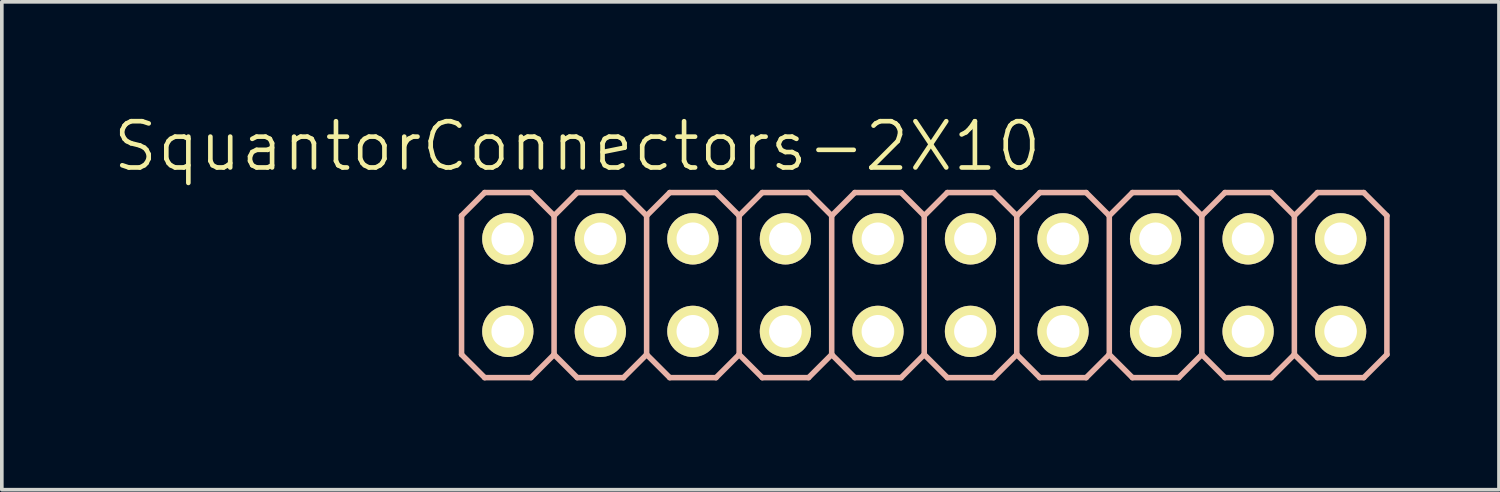
<source format=kicad_pcb>
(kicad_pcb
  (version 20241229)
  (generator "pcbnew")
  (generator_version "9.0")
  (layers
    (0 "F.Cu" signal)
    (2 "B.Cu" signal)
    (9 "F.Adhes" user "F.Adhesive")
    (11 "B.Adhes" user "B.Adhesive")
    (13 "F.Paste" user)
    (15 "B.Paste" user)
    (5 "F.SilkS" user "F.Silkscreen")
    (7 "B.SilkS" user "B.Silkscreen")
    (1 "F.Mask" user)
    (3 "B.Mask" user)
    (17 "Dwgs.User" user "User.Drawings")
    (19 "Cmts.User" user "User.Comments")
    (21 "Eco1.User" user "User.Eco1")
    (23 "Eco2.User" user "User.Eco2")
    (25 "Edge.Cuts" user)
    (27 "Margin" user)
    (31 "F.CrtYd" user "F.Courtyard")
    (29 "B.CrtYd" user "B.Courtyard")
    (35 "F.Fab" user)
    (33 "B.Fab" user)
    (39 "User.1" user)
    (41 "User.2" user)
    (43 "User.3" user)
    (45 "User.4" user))
  (footprint "SquantorConnectors-2X10"
    (layer "F.Cu")
    (at 22.319 4.776)
    (property "Reference" "SquantorConnectors-2X10" (at -9.525 -3.81 0) (layer "F.SilkS") (effects (font (size 1.27 1.27) (thickness 0.127))))
    (attr exclude_from_pos_files exclude_from_bom)
    (fp_line (start -11.684 -1.524) (end -11.176 -1.524) (stroke (width 0.066) (type solid)) (layer "F.SilkS"))
    (fp_line (start -11.684 -1.016) (end -11.684 -1.524) (stroke (width 0.066) (type solid)) (layer "F.SilkS"))
    (fp_line (start -11.684 -1.016) (end -11.176 -1.016) (stroke (width 0.066) (type solid)) (layer "F.SilkS"))
    (fp_line (start -11.684 1.016) (end -11.176 1.016) (stroke (width 0.066) (type solid)) (layer "F.SilkS"))
    (fp_line (start -11.684 1.524) (end -11.684 1.016) (stroke (width 0.066) (type solid)) (layer "F.SilkS"))
    (fp_line (start -11.684 1.524) (end -11.176 1.524) (stroke (width 0.066) (type solid)) (layer "F.SilkS"))
    (fp_line (start -11.176 -1.016) (end -11.176 -1.524) (stroke (width 0.066) (type solid)) (layer "F.SilkS"))
    (fp_line (start -11.176 1.524) (end -11.176 1.016) (stroke (width 0.066) (type solid)) (layer "F.SilkS"))
    (fp_line (start -9.144 -1.524) (end -8.636 -1.524) (stroke (width 0.066) (type solid)) (layer "F.SilkS"))
    (fp_line (start -9.144 -1.016) (end -9.144 -1.524) (stroke (width 0.066) (type solid)) (layer "F.SilkS"))
    (fp_line (start -9.144 -1.016) (end -8.636 -1.016) (stroke (width 0.066) (type solid)) (layer "F.SilkS"))
    (fp_line (start -9.144 1.016) (end -8.636 1.016) (stroke (width 0.066) (type solid)) (layer "F.SilkS"))
    (fp_line (start -9.144 1.524) (end -9.144 1.016) (stroke (width 0.066) (type solid)) (layer "F.SilkS"))
    (fp_line (start -9.144 1.524) (end -8.636 1.524) (stroke (width 0.066) (type solid)) (layer "F.SilkS"))
    (fp_line (start -8.636 -1.016) (end -8.636 -1.524) (stroke (width 0.066) (type solid)) (layer "F.SilkS"))
    (fp_line (start -8.636 1.524) (end -8.636 1.016) (stroke (width 0.066) (type solid)) (layer "F.SilkS"))
    (fp_line (start -6.604 -1.524) (end -6.096 -1.524) (stroke (width 0.066) (type solid)) (layer "F.SilkS"))
    (fp_line (start -6.604 -1.016) (end -6.604 -1.524) (stroke (width 0.066) (type solid)) (layer "F.SilkS"))
    (fp_line (start -6.604 -1.016) (end -6.096 -1.016) (stroke (width 0.066) (type solid)) (layer "F.SilkS"))
    (fp_line (start -6.604 1.016) (end -6.096 1.016) (stroke (width 0.066) (type solid)) (layer "F.SilkS"))
    (fp_line (start -6.604 1.524) (end -6.604 1.016) (stroke (width 0.066) (type solid)) (layer "F.SilkS"))
    (fp_line (start -6.604 1.524) (end -6.096 1.524) (stroke (width 0.066) (type solid)) (layer "F.SilkS"))
    (fp_line (start -6.096 -1.016) (end -6.096 -1.524) (stroke (width 0.066) (type solid)) (layer "F.SilkS"))
    (fp_line (start -6.096 1.524) (end -6.096 1.016) (stroke (width 0.066) (type solid)) (layer "F.SilkS"))
    (fp_line (start -4.064 -1.524) (end -3.556 -1.524) (stroke (width 0.066) (type solid)) (layer "F.SilkS"))
    (fp_line (start -4.064 -1.016) (end -4.064 -1.524) (stroke (width 0.066) (type solid)) (layer "F.SilkS"))
    (fp_line (start -4.064 -1.016) (end -3.556 -1.016) (stroke (width 0.066) (type solid)) (layer "F.SilkS"))
    (fp_line (start -4.064 1.016) (end -3.556 1.016) (stroke (width 0.066) (type solid)) (layer "F.SilkS"))
    (fp_line (start -4.064 1.524) (end -4.064 1.016) (stroke (width 0.066) (type solid)) (layer "F.SilkS"))
    (fp_line (start -4.064 1.524) (end -3.556 1.524) (stroke (width 0.066) (type solid)) (layer "F.SilkS"))
    (fp_line (start -3.556 -1.016) (end -3.556 -1.524) (stroke (width 0.066) (type solid)) (layer "F.SilkS"))
    (fp_line (start -3.556 1.524) (end -3.556 1.016) (stroke (width 0.066) (type solid)) (layer "F.SilkS"))
    (fp_line (start -1.524 -1.524) (end -1.016 -1.524) (stroke (width 0.066) (type solid)) (layer "F.SilkS"))
    (fp_line (start -1.524 -1.016) (end -1.524 -1.524) (stroke (width 0.066) (type solid)) (layer "F.SilkS"))
    (fp_line (start -1.524 -1.016) (end -1.016 -1.016) (stroke (width 0.066) (type solid)) (layer "F.SilkS"))
    (fp_line (start -1.524 1.016) (end -1.016 1.016) (stroke (width 0.066) (type solid)) (layer "F.SilkS"))
    (fp_line (start -1.524 1.524) (end -1.524 1.016) (stroke (width 0.066) (type solid)) (layer "F.SilkS"))
    (fp_line (start -1.524 1.524) (end -1.016 1.524) (stroke (width 0.066) (type solid)) (layer "F.SilkS"))
    (fp_line (start -1.016 -1.016) (end -1.016 -1.524) (stroke (width 0.066) (type solid)) (layer "F.SilkS"))
    (fp_line (start -1.016 1.524) (end -1.016 1.016) (stroke (width 0.066) (type solid)) (layer "F.SilkS"))
    (fp_line (start 1.016 -1.524) (end 1.524 -1.524) (stroke (width 0.066) (type solid)) (layer "F.SilkS"))
    (fp_line (start 1.016 -1.016) (end 1.016 -1.524) (stroke (width 0.066) (type solid)) (layer "F.SilkS"))
    (fp_line (start 1.016 -1.016) (end 1.524 -1.016) (stroke (width 0.066) (type solid)) (layer "F.SilkS"))
    (fp_line (start 1.016 1.016) (end 1.524 1.016) (stroke (width 0.066) (type solid)) (layer "F.SilkS"))
    (fp_line (start 1.016 1.524) (end 1.016 1.016) (stroke (width 0.066) (type solid)) (layer "F.SilkS"))
    (fp_line (start 1.016 1.524) (end 1.524 1.524) (stroke (width 0.066) (type solid)) (layer "F.SilkS"))
    (fp_line (start 1.524 -1.016) (end 1.524 -1.524) (stroke (width 0.066) (type solid)) (layer "F.SilkS"))
    (fp_line (start 1.524 1.524) (end 1.524 1.016) (stroke (width 0.066) (type solid)) (layer "F.SilkS"))
    (fp_line (start 3.556 -1.524) (end 4.064 -1.524) (stroke (width 0.066) (type solid)) (layer "F.SilkS"))
    (fp_line (start 3.556 -1.016) (end 3.556 -1.524) (stroke (width 0.066) (type solid)) (layer "F.SilkS"))
    (fp_line (start 3.556 -1.016) (end 4.064 -1.016) (stroke (width 0.066) (type solid)) (layer "F.SilkS"))
    (fp_line (start 3.556 1.016) (end 4.064 1.016) (stroke (width 0.066) (type solid)) (layer "F.SilkS"))
    (fp_line (start 3.556 1.524) (end 3.556 1.016) (stroke (width 0.066) (type solid)) (layer "F.SilkS"))
    (fp_line (start 3.556 1.524) (end 4.064 1.524) (stroke (width 0.066) (type solid)) (layer "F.SilkS"))
    (fp_line (start 4.064 -1.016) (end 4.064 -1.524) (stroke (width 0.066) (type solid)) (layer "F.SilkS"))
    (fp_line (start 4.064 1.524) (end 4.064 1.016) (stroke (width 0.066) (type solid)) (layer "F.SilkS"))
    (fp_line (start 6.096 -1.524) (end 6.604 -1.524) (stroke (width 0.066) (type solid)) (layer "F.SilkS"))
    (fp_line (start 6.096 -1.016) (end 6.096 -1.524) (stroke (width 0.066) (type solid)) (layer "F.SilkS"))
    (fp_line (start 6.096 -1.016) (end 6.604 -1.016) (stroke (width 0.066) (type solid)) (layer "F.SilkS"))
    (fp_line (start 6.096 1.016) (end 6.604 1.016) (stroke (width 0.066) (type solid)) (layer "F.SilkS"))
    (fp_line (start 6.096 1.524) (end 6.096 1.016) (stroke (width 0.066) (type solid)) (layer "F.SilkS"))
    (fp_line (start 6.096 1.524) (end 6.604 1.524) (stroke (width 0.066) (type solid)) (layer "F.SilkS"))
    (fp_line (start 6.604 -1.016) (end 6.604 -1.524) (stroke (width 0.066) (type solid)) (layer "F.SilkS"))
    (fp_line (start 6.604 1.524) (end 6.604 1.016) (stroke (width 0.066) (type solid)) (layer "F.SilkS"))
    (fp_line (start 8.636 -1.524) (end 9.144 -1.524) (stroke (width 0.066) (type solid)) (layer "F.SilkS"))
    (fp_line (start 8.636 -1.016) (end 8.636 -1.524) (stroke (width 0.066) (type solid)) (layer "F.SilkS"))
    (fp_line (start 8.636 -1.016) (end 9.144 -1.016) (stroke (width 0.066) (type solid)) (layer "F.SilkS"))
    (fp_line (start 8.636 1.016) (end 9.144 1.016) (stroke (width 0.066) (type solid)) (layer "F.SilkS"))
    (fp_line (start 8.636 1.524) (end 8.636 1.016) (stroke (width 0.066) (type solid)) (layer "F.SilkS"))
    (fp_line (start 8.636 1.524) (end 9.144 1.524) (stroke (width 0.066) (type solid)) (layer "F.SilkS"))
    (fp_line (start 9.144 -1.016) (end 9.144 -1.524) (stroke (width 0.066) (type solid)) (layer "F.SilkS"))
    (fp_line (start 9.144 1.524) (end 9.144 1.016) (stroke (width 0.066) (type solid)) (layer "F.SilkS"))
    (fp_line (start 11.176 -1.524) (end 11.684 -1.524) (stroke (width 0.066) (type solid)) (layer "F.SilkS"))
    (fp_line (start 11.176 -1.016) (end 11.176 -1.524) (stroke (width 0.066) (type solid)) (layer "F.SilkS"))
    (fp_line (start 11.176 -1.016) (end 11.684 -1.016) (stroke (width 0.066) (type solid)) (layer "F.SilkS"))
    (fp_line (start 11.176 1.016) (end 11.684 1.016) (stroke (width 0.066) (type solid)) (layer "F.SilkS"))
    (fp_line (start 11.176 1.524) (end 11.176 1.016) (stroke (width 0.066) (type solid)) (layer "F.SilkS"))
    (fp_line (start 11.176 1.524) (end 11.684 1.524) (stroke (width 0.066) (type solid)) (layer "F.SilkS"))
    (fp_line (start 11.684 -1.016) (end 11.684 -1.524) (stroke (width 0.066) (type solid)) (layer "F.SilkS"))
    (fp_line (start 11.684 1.524) (end 11.684 1.016) (stroke (width 0.066) (type solid)) (layer "F.SilkS"))
    (fp_line (start -12.7 -1.905) (end -12.065 -2.54) (stroke (width 0.152) (type solid)) (layer "B.SilkS"))
    (fp_line (start -12.7 1.905) (end -12.7 -1.905) (stroke (width 0.152) (type solid)) (layer "B.SilkS"))
    (fp_line (start -12.7 1.905) (end -12.065 2.54) (stroke (width 0.152) (type solid)) (layer "B.SilkS"))
    (fp_line (start -12.065 -2.54) (end -10.795 -2.54) (stroke (width 0.152) (type solid)) (layer "B.SilkS"))
    (fp_line (start -12.065 2.54) (end -10.795 2.54) (stroke (width 0.152) (type solid)) (layer "B.SilkS"))
    (fp_line (start -10.795 -2.54) (end -10.16 -1.905) (stroke (width 0.152) (type solid)) (layer "B.SilkS"))
    (fp_line (start -10.795 2.54) (end -10.16 1.905) (stroke (width 0.152) (type solid)) (layer "B.SilkS"))
    (fp_line (start -10.16 -1.905) (end -10.16 1.905) (stroke (width 0.152) (type solid)) (layer "B.SilkS"))
    (fp_line (start -10.16 -1.905) (end -9.525 -2.54) (stroke (width 0.152) (type solid)) (layer "B.SilkS"))
    (fp_line (start -10.16 1.905) (end -9.525 2.54) (stroke (width 0.152) (type solid)) (layer "B.SilkS"))
    (fp_line (start -9.525 -2.54) (end -8.255 -2.54) (stroke (width 0.152) (type solid)) (layer "B.SilkS"))
    (fp_line (start -9.525 2.54) (end -8.255 2.54) (stroke (width 0.152) (type solid)) (layer "B.SilkS"))
    (fp_line (start -8.255 -2.54) (end -7.62 -1.905) (stroke (width 0.152) (type solid)) (layer "B.SilkS"))
    (fp_line (start -8.255 2.54) (end -7.62 1.905) (stroke (width 0.152) (type solid)) (layer "B.SilkS"))
    (fp_line (start -7.62 -1.905) (end -7.62 1.905) (stroke (width 0.152) (type solid)) (layer "B.SilkS"))
    (fp_line (start -7.62 -1.905) (end -6.985 -2.54) (stroke (width 0.152) (type solid)) (layer "B.SilkS"))
    (fp_line (start -7.62 1.905) (end -6.985 2.54) (stroke (width 0.152) (type solid)) (layer "B.SilkS"))
    (fp_line (start -6.985 -2.54) (end -5.715 -2.54) (stroke (width 0.152) (type solid)) (layer "B.SilkS"))
    (fp_line (start -6.985 2.54) (end -5.715 2.54) (stroke (width 0.152) (type solid)) (layer "B.SilkS"))
    (fp_line (start -5.715 -2.54) (end -5.08 -1.905) (stroke (width 0.152) (type solid)) (layer "B.SilkS"))
    (fp_line (start -5.715 2.54) (end -5.08 1.905) (stroke (width 0.152) (type solid)) (layer "B.SilkS"))
    (fp_line (start -5.08 -1.905) (end -5.08 1.905) (stroke (width 0.152) (type solid)) (layer "B.SilkS"))
    (fp_line (start -5.08 -1.905) (end -4.445 -2.54) (stroke (width 0.152) (type solid)) (layer "B.SilkS"))
    (fp_line (start -5.08 1.905) (end -4.445 2.54) (stroke (width 0.152) (type solid)) (layer "B.SilkS"))
    (fp_line (start -4.445 -2.54) (end -3.175 -2.54) (stroke (width 0.152) (type solid)) (layer "B.SilkS"))
    (fp_line (start -4.445 2.54) (end -3.175 2.54) (stroke (width 0.152) (type solid)) (layer "B.SilkS"))
    (fp_line (start -3.175 -2.54) (end -2.54 -1.905) (stroke (width 0.152) (type solid)) (layer "B.SilkS"))
    (fp_line (start -3.175 2.54) (end -2.54 1.905) (stroke (width 0.152) (type solid)) (layer "B.SilkS"))
    (fp_line (start -2.54 -1.905) (end -2.54 1.905) (stroke (width 0.152) (type solid)) (layer "B.SilkS"))
    (fp_line (start -2.54 -1.905) (end -1.905 -2.54) (stroke (width 0.152) (type solid)) (layer "B.SilkS"))
    (fp_line (start -2.54 1.905) (end -1.905 2.54) (stroke (width 0.152) (type solid)) (layer "B.SilkS"))
    (fp_line (start -1.905 -2.54) (end -0.635 -2.54) (stroke (width 0.152) (type solid)) (layer "B.SilkS"))
    (fp_line (start -1.905 2.54) (end -0.635 2.54) (stroke (width 0.152) (type solid)) (layer "B.SilkS"))
    (fp_line (start -0.635 -2.54) (end 0 -1.905) (stroke (width 0.152) (type solid)) (layer "B.SilkS"))
    (fp_line (start -0.635 2.54) (end 0 1.905) (stroke (width 0.152) (type solid)) (layer "B.SilkS"))
    (fp_line (start 0 -1.905) (end 0 1.905) (stroke (width 0.152) (type solid)) (layer "B.SilkS"))
    (fp_line (start 0 -1.905) (end 0.635 -2.54) (stroke (width 0.152) (type solid)) (layer "B.SilkS"))
    (fp_line (start 0 1.905) (end 0.635 2.54) (stroke (width 0.152) (type solid)) (layer "B.SilkS"))
    (fp_line (start 0.635 -2.54) (end 1.905 -2.54) (stroke (width 0.152) (type solid)) (layer "B.SilkS"))
    (fp_line (start 0.635 2.54) (end 1.905 2.54) (stroke (width 0.152) (type solid)) (layer "B.SilkS"))
    (fp_line (start 1.905 -2.54) (end 2.54 -1.905) (stroke (width 0.152) (type solid)) (layer "B.SilkS"))
    (fp_line (start 1.905 2.54) (end 2.54 1.905) (stroke (width 0.152) (type solid)) (layer "B.SilkS"))
    (fp_line (start 2.54 -1.905) (end 2.54 1.905) (stroke (width 0.152) (type solid)) (layer "B.SilkS"))
    (fp_line (start 2.54 -1.905) (end 3.175 -2.54) (stroke (width 0.152) (type solid)) (layer "B.SilkS"))
    (fp_line (start 2.54 1.905) (end 3.175 2.54) (stroke (width 0.152) (type solid)) (layer "B.SilkS"))
    (fp_line (start 3.175 -2.54) (end 4.445 -2.54) (stroke (width 0.152) (type solid)) (layer "B.SilkS"))
    (fp_line (start 3.175 2.54) (end 4.445 2.54) (stroke (width 0.152) (type solid)) (layer "B.SilkS"))
    (fp_line (start 4.445 -2.54) (end 5.08 -1.905) (stroke (width 0.152) (type solid)) (layer "B.SilkS"))
    (fp_line (start 5.08 -1.905) (end 5.08 1.905) (stroke (width 0.152) (type solid)) (layer "B.SilkS"))
    (fp_line (start 5.08 -1.905) (end 5.715 -2.54) (stroke (width 0.152) (type solid)) (layer "B.SilkS"))
    (fp_line (start 5.08 1.905) (end 4.445 2.54) (stroke (width 0.152) (type solid)) (layer "B.SilkS"))
    (fp_line (start 5.08 1.905) (end 5.715 2.54) (stroke (width 0.152) (type solid)) (layer "B.SilkS"))
    (fp_line (start 5.715 -2.54) (end 6.985 -2.54) (stroke (width 0.152) (type solid)) (layer "B.SilkS"))
    (fp_line (start 5.715 2.54) (end 6.985 2.54) (stroke (width 0.152) (type solid)) (layer "B.SilkS"))
    (fp_line (start 6.985 -2.54) (end 7.62 -1.905) (stroke (width 0.152) (type solid)) (layer "B.SilkS"))
    (fp_line (start 7.62 -1.905) (end 7.62 1.905) (stroke (width 0.152) (type solid)) (layer "B.SilkS"))
    (fp_line (start 7.62 -1.905) (end 8.255 -2.54) (stroke (width 0.152) (type solid)) (layer "B.SilkS"))
    (fp_line (start 7.62 1.905) (end 6.985 2.54) (stroke (width 0.152) (type solid)) (layer "B.SilkS"))
    (fp_line (start 7.62 1.905) (end 8.255 2.54) (stroke (width 0.152) (type solid)) (layer "B.SilkS"))
    (fp_line (start 8.255 -2.54) (end 9.525 -2.54) (stroke (width 0.152) (type solid)) (layer "B.SilkS"))
    (fp_line (start 8.255 2.54) (end 9.525 2.54) (stroke (width 0.152) (type solid)) (layer "B.SilkS"))
    (fp_line (start 9.525 -2.54) (end 10.16 -1.905) (stroke (width 0.152) (type solid)) (layer "B.SilkS"))
    (fp_line (start 10.16 -1.905) (end 10.16 1.905) (stroke (width 0.152) (type solid)) (layer "B.SilkS"))
    (fp_line (start 10.16 -1.905) (end 10.795 -2.54) (stroke (width 0.152) (type solid)) (layer "B.SilkS"))
    (fp_line (start 10.16 1.905) (end 9.525 2.54) (stroke (width 0.152) (type solid)) (layer "B.SilkS"))
    (fp_line (start 10.16 1.905) (end 10.795 2.54) (stroke (width 0.152) (type solid)) (layer "B.SilkS"))
    (fp_line (start 10.795 -2.54) (end 12.065 -2.54) (stroke (width 0.152) (type solid)) (layer "B.SilkS"))
    (fp_line (start 10.795 2.54) (end 12.065 2.54) (stroke (width 0.152) (type solid)) (layer "B.SilkS"))
    (fp_line (start 12.065 -2.54) (end 12.7 -1.905) (stroke (width 0.152) (type solid)) (layer "B.SilkS"))
    (fp_line (start 12.7 -1.905) (end 12.7 1.905) (stroke (width 0.152) (type solid)) (layer "B.SilkS"))
    (fp_line (start 12.7 1.905) (end 12.065 2.54) (stroke (width 0.152) (type solid)) (layer "B.SilkS"))
    (pad "1" thru_hole circle (at -11.43 1.27) (size 1.407 1.407) (drill 0.899) (layers "*.Cu" "F.Mask" "F.SilkS" "F.Paste"))
    (pad "2" thru_hole circle (at -11.43 -1.27) (size 1.407 1.407) (drill 0.899) (layers "*.Cu" "F.Mask" "F.SilkS" "F.Paste"))
    (pad "3" thru_hole circle (at -8.89 1.27) (size 1.407 1.407) (drill 0.899) (layers "*.Cu" "F.Mask" "F.SilkS" "F.Paste"))
    (pad "4" thru_hole circle (at -8.89 -1.27) (size 1.407 1.407) (drill 0.899) (layers "*.Cu" "F.Mask" "F.SilkS" "F.Paste"))
    (pad "5" thru_hole circle (at -6.35 1.27) (size 1.407 1.407) (drill 0.899) (layers "*.Cu" "F.Mask" "F.SilkS" "F.Paste"))
    (pad "6" thru_hole circle (at -6.35 -1.27) (size 1.407 1.407) (drill 0.899) (layers "*.Cu" "F.Mask" "F.SilkS" "F.Paste"))
    (pad "7" thru_hole circle (at -3.81 1.27) (size 1.407 1.407) (drill 0.899) (layers "*.Cu" "F.Mask" "F.SilkS" "F.Paste"))
    (pad "8" thru_hole circle (at -3.81 -1.27) (size 1.407 1.407) (drill 0.899) (layers "*.Cu" "F.Mask" "F.SilkS" "F.Paste"))
    (pad "9" thru_hole circle (at -1.27 1.27) (size 1.407 1.407) (drill 0.899) (layers "*.Cu" "F.Mask" "F.SilkS" "F.Paste"))
    (pad "10" thru_hole circle (at -1.27 -1.27) (size 1.407 1.407) (drill 0.899) (layers "*.Cu" "F.Mask" "F.SilkS" "F.Paste"))
    (pad "11" thru_hole circle (at 1.27 1.27) (size 1.407 1.407) (drill 0.899) (layers "*.Cu" "F.Mask" "F.SilkS" "F.Paste"))
    (pad "12" thru_hole circle (at 1.27 -1.27) (size 1.407 1.407) (drill 0.899) (layers "*.Cu" "F.Mask" "F.SilkS" "F.Paste"))
    (pad "13" thru_hole circle (at 3.81 1.27) (size 1.407 1.407) (drill 0.899) (layers "*.Cu" "F.Mask" "F.SilkS" "F.Paste"))
    (pad "14" thru_hole circle (at 3.81 -1.27) (size 1.407 1.407) (drill 0.899) (layers "*.Cu" "F.Mask" "F.SilkS" "F.Paste"))
    (pad "15" thru_hole circle (at 6.35 1.27) (size 1.407 1.407) (drill 0.899) (layers "*.Cu" "F.Mask" "F.SilkS" "F.Paste"))
    (pad "16" thru_hole circle (at 6.35 -1.27) (size 1.407 1.407) (drill 0.899) (layers "*.Cu" "F.Mask" "F.SilkS" "F.Paste"))
    (pad "17" thru_hole circle (at 8.89 1.27) (size 1.407 1.407) (drill 0.899) (layers "*.Cu" "F.Mask" "F.SilkS" "F.Paste"))
    (pad "18" thru_hole circle (at 8.89 -1.27) (size 1.407 1.407) (drill 0.899) (layers "*.Cu" "F.Mask" "F.SilkS" "F.Paste"))
    (pad "19" thru_hole circle (at 11.43 1.27) (size 1.407 1.407) (drill 0.899) (layers "*.Cu" "F.Mask" "F.SilkS" "F.Paste"))
    (pad "20" thru_hole circle (at 11.43 -1.27) (size 1.407 1.407) (drill 0.899) (layers "*.Cu" "F.Mask" "F.SilkS" "F.Paste")))
  (gr_rect
    (start -3 -3)
    (end 38.095 10.392)
    (stroke (width 0.1) (type default))
    (fill no)
    (layer "Edge.Cuts")))
</source>
